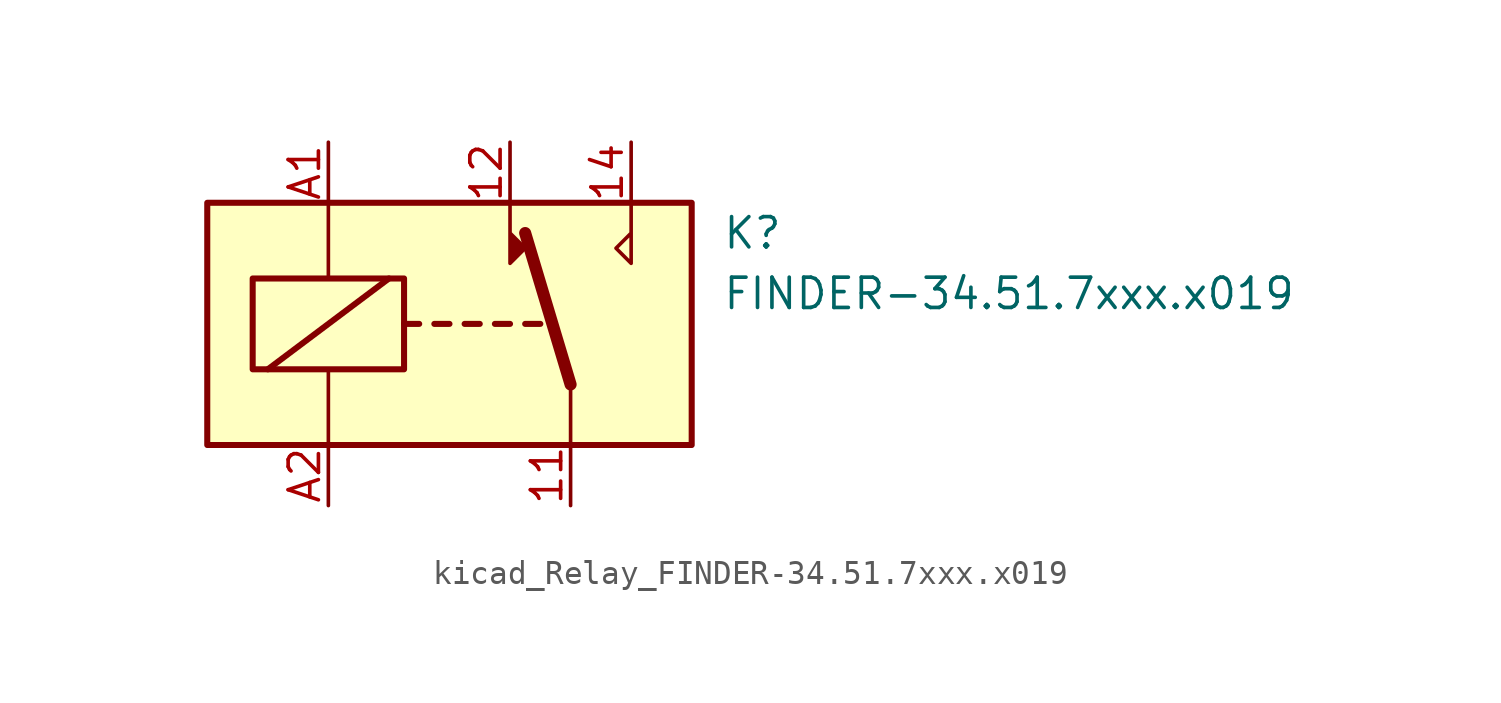
<source format=kicad_sym>
(kicad_symbol_lib
  (version 20220914)
  (generator kicad_symbol_editor)
  (symbol "kicad_Relay_FINDER-34.51.7xxx.x019"
    (property "Reference" "K"
      (at 11.43 3.81 0)
      (effects (font (size 1.27 1.27)) (justify left)))
    (property "Value" "FINDER-34.51.7xxx.x019"
      (at 11.43 1.27 0)
      (effects (font (size 1.27 1.27)) (justify left)))
    (symbol "kicad_Relay_FINDER-34.51.7xxx.x019_0_0"
      (polyline (pts (xy 7.62 5.08) (xy 7.62 2.54) (xy 6.985 3.175) (xy 7.62 3.81)) (stroke (width 0) (type default)) (fill (type none))))
    (symbol "kicad_Relay_FINDER-34.51.7xxx.x019_0_1"
      (rectangle (start -10.16 5.08) (end 10.16 -5.08) (stroke (width 0.254) (type default)) (fill (type background)))
      (rectangle (start -8.255 1.905) (end -1.905 -1.905) (stroke (width 0.254) (type default)) (fill (type none)))
      (polyline (pts (xy -7.62 -1.905) (xy -2.54 1.905)) (stroke (width 0.254) (type default)) (fill (type none)))
      (polyline (pts (xy -5.08 -5.08) (xy -5.08 -1.905)) (stroke (width 0) (type default)) (fill (type none)))
      (polyline (pts (xy -5.08 5.08) (xy -5.08 1.905)) (stroke (width 0) (type default)) (fill (type none)))
      (polyline (pts (xy -1.905 0) (xy -1.27 0)) (stroke (width 0.254) (type default)) (fill (type none)))
      (polyline (pts (xy -0.635 0) (xy 0 0)) (stroke (width 0.254) (type default)) (fill (type none)))
      (polyline (pts (xy 0.635 0) (xy 1.27 0)) (stroke (width 0.254) (type default)) (fill (type none)))
      (polyline (pts (xy 1.905 0) (xy 2.54 0)) (stroke (width 0.254) (type default)) (fill (type none)))
      (polyline (pts (xy 3.175 0) (xy 3.81 0)) (stroke (width 0.254) (type default)) (fill (type none)))
      (polyline (pts (xy 5.08 -2.54) (xy 3.175 3.81)) (stroke (width 0.508) (type default)) (fill (type none)))
      (polyline (pts (xy 5.08 -2.54) (xy 5.08 -5.08)) (stroke (width 0) (type default)) (fill (type none)))
      (polyline (pts (xy 2.54 5.08) (xy 2.54 2.54) (xy 3.175 3.175) (xy 2.54 3.81)) (stroke (width 0) (type default)) (fill (type outline))))
    (symbol "kicad_Relay_FINDER-34.51.7xxx.x019_1_1"
      (pin passive line (at 5.08 -7.62 90) (length 2.54) (name "~" (effects (font (size 1.27 1.27)))) (number "11" (effects (font (size 1.27 1.27)))))
      (pin passive line (at 2.54 7.62 270) (length 2.54) (name "~" (effects (font (size 1.27 1.27)))) (number "12" (effects (font (size 1.27 1.27)))))
      (pin passive line (at 7.62 7.62 270) (length 2.54) (name "~" (effects (font (size 1.27 1.27)))) (number "14" (effects (font (size 1.27 1.27)))))
      (pin passive line (at -5.08 7.62 270) (length 2.54) (name "~" (effects (font (size 1.27 1.27)))) (number "A1" (effects (font (size 1.27 1.27)))))
      (pin passive line (at -5.08 -7.62 90) (length 2.54) (name "~" (effects (font (size 1.27 1.27)))) (number "A2" (effects (font (size 1.27 1.27))))))))
</source>
